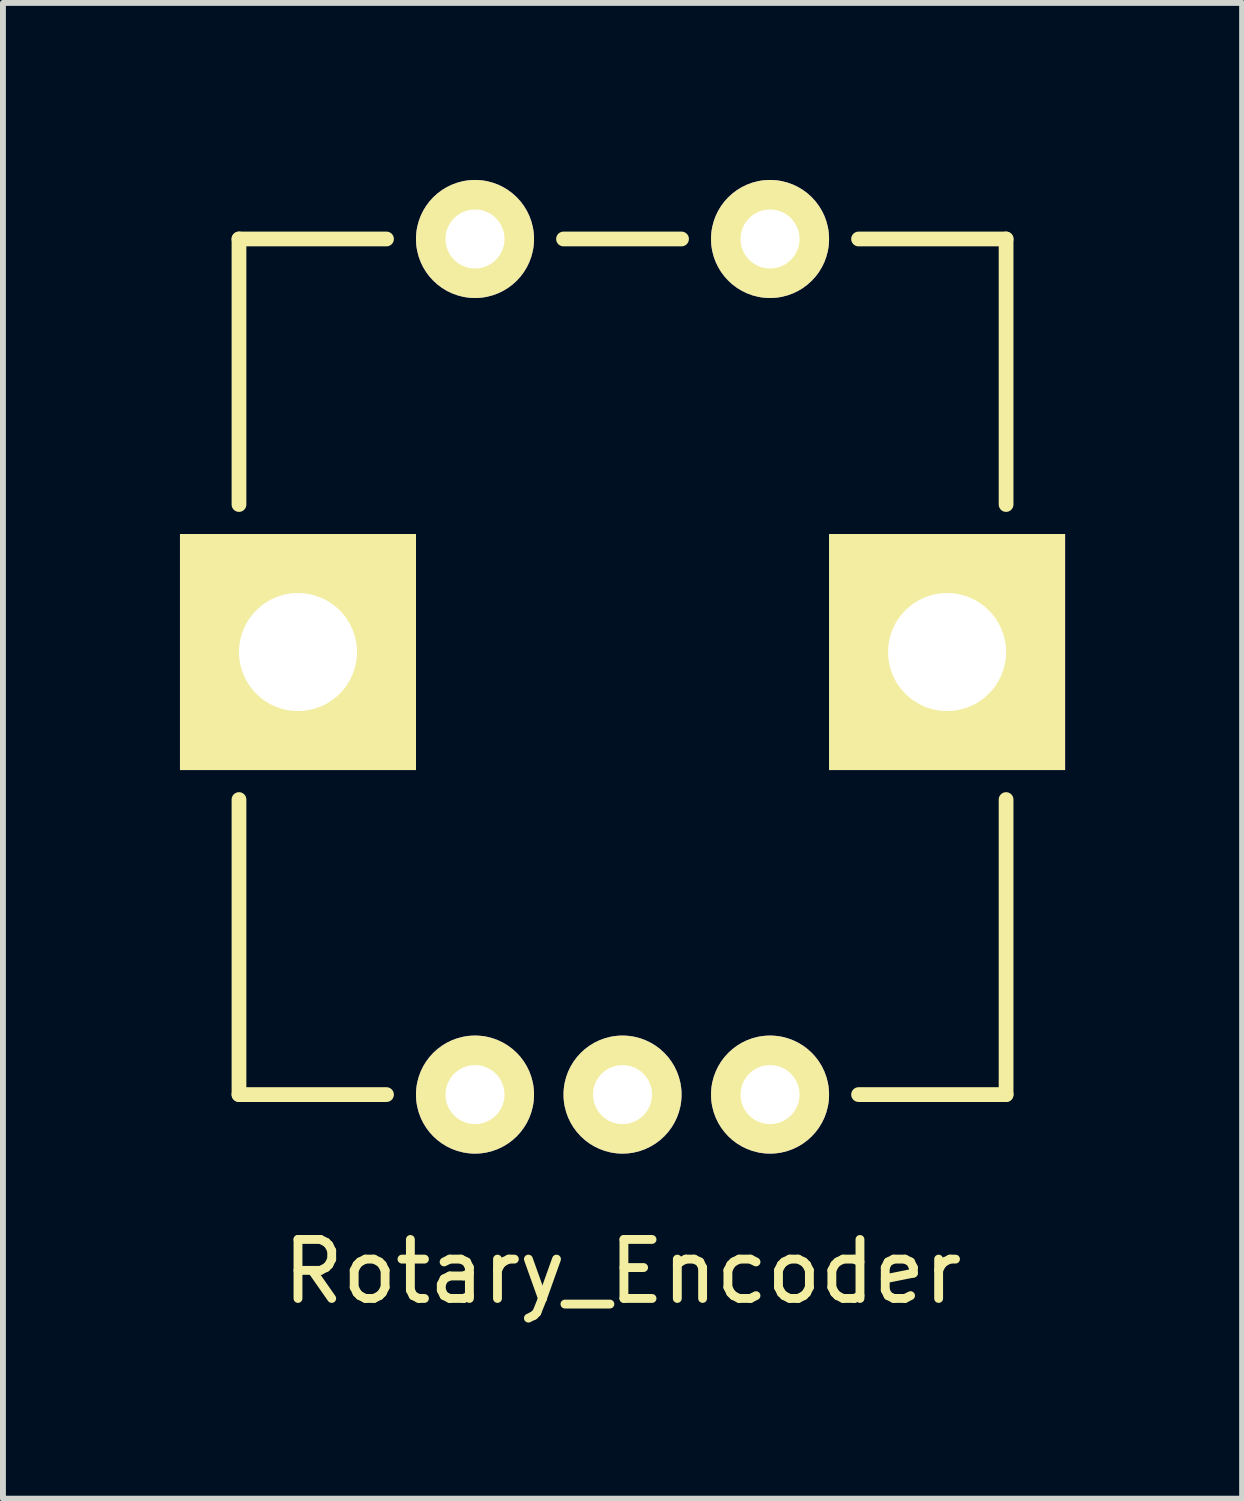
<source format=kicad_pcb>
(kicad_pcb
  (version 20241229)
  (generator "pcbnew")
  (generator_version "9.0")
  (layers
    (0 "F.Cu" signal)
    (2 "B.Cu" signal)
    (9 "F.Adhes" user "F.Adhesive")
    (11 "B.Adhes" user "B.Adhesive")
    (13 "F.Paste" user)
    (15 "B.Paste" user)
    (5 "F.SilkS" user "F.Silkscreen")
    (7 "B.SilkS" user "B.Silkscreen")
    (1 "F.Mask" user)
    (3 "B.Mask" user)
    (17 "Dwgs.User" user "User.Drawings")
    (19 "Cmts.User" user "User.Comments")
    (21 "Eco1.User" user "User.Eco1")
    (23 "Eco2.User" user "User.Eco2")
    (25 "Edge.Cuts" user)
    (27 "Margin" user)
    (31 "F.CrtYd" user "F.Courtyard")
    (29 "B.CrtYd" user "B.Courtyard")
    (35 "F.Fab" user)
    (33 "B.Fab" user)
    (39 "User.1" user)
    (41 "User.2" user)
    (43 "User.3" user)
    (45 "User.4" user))
  (footprint "Rotary_Encoder"
    (layer "F.Cu")
    (at 7.5 8)
    (property "Reference" "Rotary_Encoder" (at 0 10.5 0) (layer "F.SilkS") (effects (font (size 1 1) (thickness 0.15))))
    (attr through_hole)
    (fp_line (start -6.5 -7) (end -4 -7) (stroke (width 0.25) (type solid)) (layer "F.SilkS"))
    (fp_line (start -6.5 -2.5) (end -6.5 -7) (stroke (width 0.25) (type solid)) (layer "F.SilkS"))
    (fp_line (start -6.5 7.5) (end -6.5 2.5) (stroke (width 0.25) (type solid)) (layer "F.SilkS"))
    (fp_line (start -4 7.5) (end -6.5 7.5) (stroke (width 0.25) (type solid)) (layer "F.SilkS"))
    (fp_line (start -1 -7) (end 1 -7) (stroke (width 0.25) (type solid)) (layer "F.SilkS"))
    (fp_line (start 4 -7) (end 6.5 -7) (stroke (width 0.25) (type solid)) (layer "F.SilkS"))
    (fp_line (start 6.5 -7) (end 6.5 -2.5) (stroke (width 0.25) (type solid)) (layer "F.SilkS"))
    (fp_line (start 6.5 2.5) (end 6.5 7.5) (stroke (width 0.25) (type solid)) (layer "F.SilkS"))
    (fp_line (start 6.5 7.5) (end 4 7.5) (stroke (width 0.25) (type solid)) (layer "F.SilkS"))
    (pad "1" thru_hole circle (at 2.5 -7) (size 2 2) (drill 1) (layers "*.Cu" "*.Mask" "F.SilkS"))
    (pad "2" thru_hole circle (at -2.5 -7) (size 2 2) (drill 1) (layers "*.Cu" "*.Mask" "F.SilkS"))
    (pad "3" thru_hole circle (at 2.5 7.5) (size 2 2) (drill 1) (layers "*.Cu" "*.Mask" "F.SilkS"))
    (pad "4" thru_hole circle (at 0 7.5) (size 2 2) (drill 1) (layers "*.Cu" "*.Mask" "F.SilkS"))
    (pad "5" thru_hole circle (at -2.5 7.5) (size 2 2) (drill 1) (layers "*.Cu" "*.Mask" "F.SilkS"))
    (pad "6" thru_hole rect (at -5.5 0) (size 4 4) (drill 2) (layers "*.Cu" "*.Mask" "F.SilkS"))
    (pad "6" thru_hole rect (at 5.5 0) (size 4 4) (drill 2) (layers "*.Cu" "*.Mask" "F.SilkS")))
  (gr_rect
    (start -3 -3)
    (end 18 22.348)
    (stroke (width 0.1) (type default))
    (fill no)
    (layer "Edge.Cuts")))
</source>
